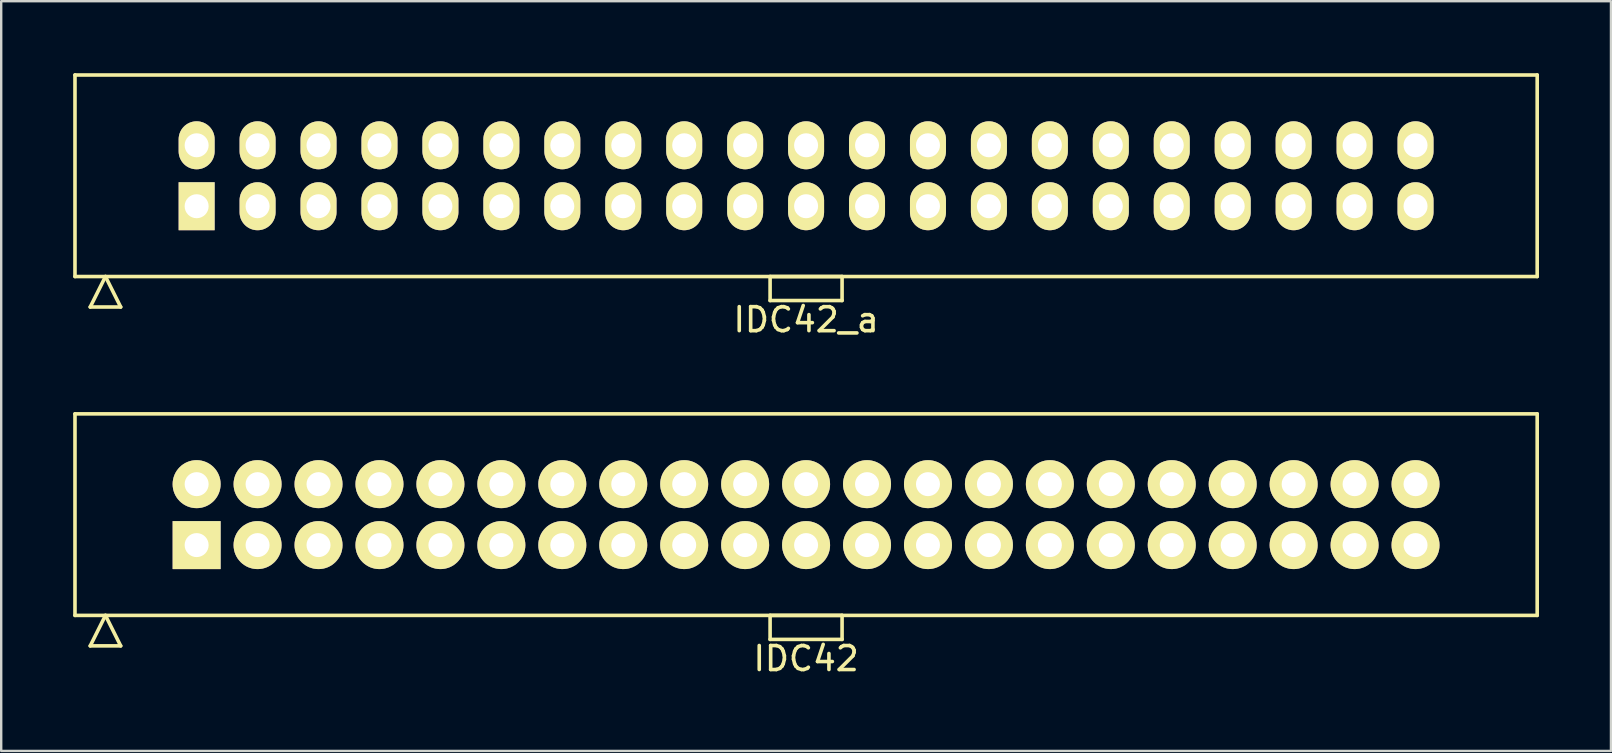
<source format=kicad_pcb>
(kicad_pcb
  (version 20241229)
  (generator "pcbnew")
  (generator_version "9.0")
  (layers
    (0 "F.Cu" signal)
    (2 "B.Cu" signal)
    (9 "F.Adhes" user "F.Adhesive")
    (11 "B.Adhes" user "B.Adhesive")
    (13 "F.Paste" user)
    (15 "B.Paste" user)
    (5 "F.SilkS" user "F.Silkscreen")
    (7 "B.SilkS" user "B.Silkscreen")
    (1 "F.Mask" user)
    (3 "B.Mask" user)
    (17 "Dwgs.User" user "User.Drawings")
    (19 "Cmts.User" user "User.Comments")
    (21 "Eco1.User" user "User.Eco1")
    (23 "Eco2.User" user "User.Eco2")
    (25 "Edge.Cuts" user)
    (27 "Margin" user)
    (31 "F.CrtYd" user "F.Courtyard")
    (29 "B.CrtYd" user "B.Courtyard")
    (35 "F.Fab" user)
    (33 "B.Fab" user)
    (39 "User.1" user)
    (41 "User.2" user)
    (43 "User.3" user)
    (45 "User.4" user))
  (footprint "IDC42_a"
    (layer "F.Cu")
    (at 30.545 4.275)
    (property "Reference" "IDC42_a" (at 0 6 0) (layer "F.SilkS") (effects (font (size 1 1) (thickness 0.15))))
    (attr through_hole)
    (fp_line (start -30.47 -4.2) (end -30.47 4.2) (stroke (width 0.15) (type solid)) (layer "F.SilkS"))
    (fp_line (start -30.47 4.2) (end 30.47 4.2) (stroke (width 0.15) (type solid)) (layer "F.SilkS"))
    (fp_line (start -29.835 5.47) (end -29.2 4.2) (stroke (width 0.15) (type solid)) (layer "F.SilkS"))
    (fp_line (start -29.835 5.47) (end -28.565 5.47) (stroke (width 0.15) (type solid)) (layer "F.SilkS"))
    (fp_line (start -28.565 5.47) (end -29.2 4.2) (stroke (width 0.15) (type solid)) (layer "F.SilkS"))
    (fp_line (start -1.5 4.2) (end -1.5 5.2) (stroke (width 0.15) (type solid)) (layer "F.SilkS"))
    (fp_line (start -1.5 5.2) (end 1.5 5.2) (stroke (width 0.15) (type solid)) (layer "F.SilkS"))
    (fp_line (start 1.5 4.2) (end -1.5 4.2) (stroke (width 0.15) (type solid)) (layer "F.SilkS"))
    (fp_line (start 1.5 5.2) (end 1.5 4.2) (stroke (width 0.15) (type solid)) (layer "F.SilkS"))
    (fp_line (start 30.47 -4.2) (end -30.47 -4.2) (stroke (width 0.15) (type solid)) (layer "F.SilkS"))
    (fp_line (start 30.47 4.2) (end 30.47 -4.2) (stroke (width 0.15) (type solid)) (layer "F.SilkS"))
    (pad "1" thru_hole rect (at -25.4 1.27) (size 1.5 2) (drill 1) (layers "*.Cu" "*.Mask" "F.SilkS"))
    (pad "2" thru_hole oval (at -25.4 -1.27) (size 1.5 2) (drill 1) (layers "*.Cu" "*.Mask" "F.SilkS"))
    (pad "3" thru_hole oval (at -22.86 1.27) (size 1.5 2) (drill 1) (layers "*.Cu" "*.Mask" "F.SilkS"))
    (pad "4" thru_hole oval (at -22.86 -1.27) (size 1.5 2) (drill 1) (layers "*.Cu" "*.Mask" "F.SilkS"))
    (pad "5" thru_hole oval (at -20.32 1.27) (size 1.5 2) (drill 1) (layers "*.Cu" "*.Mask" "F.SilkS"))
    (pad "6" thru_hole oval (at -20.32 -1.27) (size 1.5 2) (drill 1) (layers "*.Cu" "*.Mask" "F.SilkS"))
    (pad "7" thru_hole oval (at -17.78 1.27) (size 1.5 2) (drill 1) (layers "*.Cu" "*.Mask" "F.SilkS"))
    (pad "8" thru_hole oval (at -17.78 -1.27) (size 1.5 2) (drill 1) (layers "*.Cu" "*.Mask" "F.SilkS"))
    (pad "9" thru_hole oval (at -15.24 1.27) (size 1.5 2) (drill 1) (layers "*.Cu" "*.Mask" "F.SilkS"))
    (pad "10" thru_hole oval (at -15.24 -1.27) (size 1.5 2) (drill 1) (layers "*.Cu" "*.Mask" "F.SilkS"))
    (pad "11" thru_hole oval (at -12.7 1.27) (size 1.5 2) (drill 1) (layers "*.Cu" "*.Mask" "F.SilkS"))
    (pad "12" thru_hole oval (at -12.7 -1.27) (size 1.5 2) (drill 1) (layers "*.Cu" "*.Mask" "F.SilkS"))
    (pad "13" thru_hole oval (at -10.16 1.27) (size 1.5 2) (drill 1) (layers "*.Cu" "*.Mask" "F.SilkS"))
    (pad "14" thru_hole oval (at -10.16 -1.27) (size 1.5 2) (drill 1) (layers "*.Cu" "*.Mask" "F.SilkS"))
    (pad "15" thru_hole oval (at -7.62 1.27) (size 1.5 2) (drill 1) (layers "*.Cu" "*.Mask" "F.SilkS"))
    (pad "16" thru_hole oval (at -7.62 -1.27) (size 1.5 2) (drill 1) (layers "*.Cu" "*.Mask" "F.SilkS"))
    (pad "17" thru_hole oval (at -5.08 1.27) (size 1.5 2) (drill 1) (layers "*.Cu" "*.Mask" "F.SilkS"))
    (pad "18" thru_hole oval (at -5.08 -1.27) (size 1.5 2) (drill 1) (layers "*.Cu" "*.Mask" "F.SilkS"))
    (pad "19" thru_hole oval (at -2.54 1.27) (size 1.5 2) (drill 1) (layers "*.Cu" "*.Mask" "F.SilkS"))
    (pad "20" thru_hole oval (at -2.54 -1.27) (size 1.5 2) (drill 1) (layers "*.Cu" "*.Mask" "F.SilkS"))
    (pad "21" thru_hole oval (at 0 1.27) (size 1.5 2) (drill 1) (layers "*.Cu" "*.Mask" "F.SilkS"))
    (pad "22" thru_hole oval (at 0 -1.27) (size 1.5 2) (drill 1) (layers "*.Cu" "*.Mask" "F.SilkS"))
    (pad "23" thru_hole oval (at 2.54 1.27) (size 1.5 2) (drill 1) (layers "*.Cu" "*.Mask" "F.SilkS"))
    (pad "24" thru_hole oval (at 2.54 -1.27) (size 1.5 2) (drill 1) (layers "*.Cu" "*.Mask" "F.SilkS"))
    (pad "25" thru_hole oval (at 5.08 1.27) (size 1.5 2) (drill 1) (layers "*.Cu" "*.Mask" "F.SilkS"))
    (pad "26" thru_hole oval (at 5.08 -1.27) (size 1.5 2) (drill 1) (layers "*.Cu" "*.Mask" "F.SilkS"))
    (pad "27" thru_hole oval (at 7.62 1.27) (size 1.5 2) (drill 1) (layers "*.Cu" "*.Mask" "F.SilkS"))
    (pad "28" thru_hole oval (at 7.62 -1.27) (size 1.5 2) (drill 1) (layers "*.Cu" "*.Mask" "F.SilkS"))
    (pad "29" thru_hole oval (at 10.16 1.27) (size 1.5 2) (drill 1) (layers "*.Cu" "*.Mask" "F.SilkS"))
    (pad "30" thru_hole oval (at 10.16 -1.27) (size 1.5 2) (drill 1) (layers "*.Cu" "*.Mask" "F.SilkS"))
    (pad "31" thru_hole oval (at 12.7 1.27) (size 1.5 2) (drill 1) (layers "*.Cu" "*.Mask" "F.SilkS"))
    (pad "32" thru_hole oval (at 12.7 -1.27) (size 1.5 2) (drill 1) (layers "*.Cu" "*.Mask" "F.SilkS"))
    (pad "33" thru_hole oval (at 15.24 1.27) (size 1.5 2) (drill 1) (layers "*.Cu" "*.Mask" "F.SilkS"))
    (pad "34" thru_hole oval (at 15.24 -1.27) (size 1.5 2) (drill 1) (layers "*.Cu" "*.Mask" "F.SilkS"))
    (pad "35" thru_hole oval (at 17.78 1.27) (size 1.5 2) (drill 1) (layers "*.Cu" "*.Mask" "F.SilkS"))
    (pad "36" thru_hole oval (at 17.78 -1.27) (size 1.5 2) (drill 1) (layers "*.Cu" "*.Mask" "F.SilkS"))
    (pad "37" thru_hole oval (at 20.32 1.27) (size 1.5 2) (drill 1) (layers "*.Cu" "*.Mask" "F.SilkS"))
    (pad "38" thru_hole oval (at 20.32 -1.27) (size 1.5 2) (drill 1) (layers "*.Cu" "*.Mask" "F.SilkS"))
    (pad "39" thru_hole oval (at 22.86 1.27) (size 1.5 2) (drill 1) (layers "*.Cu" "*.Mask" "F.SilkS"))
    (pad "40" thru_hole oval (at 22.86 -1.27) (size 1.5 2) (drill 1) (layers "*.Cu" "*.Mask" "F.SilkS"))
    (pad "41" thru_hole oval (at 25.4 1.27) (size 1.5 2) (drill 1) (layers "*.Cu" "*.Mask" "F.SilkS"))
    (pad "42" thru_hole oval (at 25.4 -1.27) (size 1.5 2) (drill 1) (layers "*.Cu" "*.Mask" "F.SilkS")))
  (footprint "IDC42"
    (layer "F.Cu")
    (at 30.545 18.398)
    (property "Reference" "IDC42" (at 0 6 0) (layer "F.SilkS") (effects (font (size 1 1) (thickness 0.15))))
    (attr through_hole)
    (fp_line (start -30.47 -4.2) (end -30.47 4.2) (stroke (width 0.15) (type solid)) (layer "F.SilkS"))
    (fp_line (start -30.47 4.2) (end 30.47 4.2) (stroke (width 0.15) (type solid)) (layer "F.SilkS"))
    (fp_line (start -29.835 5.47) (end -29.2 4.2) (stroke (width 0.15) (type solid)) (layer "F.SilkS"))
    (fp_line (start -29.835 5.47) (end -28.565 5.47) (stroke (width 0.15) (type solid)) (layer "F.SilkS"))
    (fp_line (start -28.565 5.47) (end -29.2 4.2) (stroke (width 0.15) (type solid)) (layer "F.SilkS"))
    (fp_line (start -1.5 4.2) (end -1.5 5.2) (stroke (width 0.15) (type solid)) (layer "F.SilkS"))
    (fp_line (start -1.5 5.2) (end 1.5 5.2) (stroke (width 0.15) (type solid)) (layer "F.SilkS"))
    (fp_line (start 1.5 4.2) (end -1.5 4.2) (stroke (width 0.15) (type solid)) (layer "F.SilkS"))
    (fp_line (start 1.5 5.2) (end 1.5 4.2) (stroke (width 0.15) (type solid)) (layer "F.SilkS"))
    (fp_line (start 30.47 -4.2) (end -30.47 -4.2) (stroke (width 0.15) (type solid)) (layer "F.SilkS"))
    (fp_line (start 30.47 4.2) (end 30.47 -4.2) (stroke (width 0.15) (type solid)) (layer "F.SilkS"))
    (pad "1" thru_hole rect (at -25.4 1.27) (size 2 2) (drill 1) (layers "*.Cu" "*.Mask" "F.SilkS"))
    (pad "2" thru_hole oval (at -25.4 -1.27) (size 2 2) (drill 1) (layers "*.Cu" "*.Mask" "F.SilkS"))
    (pad "3" thru_hole oval (at -22.86 1.27) (size 2 2) (drill 1) (layers "*.Cu" "*.Mask" "F.SilkS"))
    (pad "4" thru_hole oval (at -22.86 -1.27) (size 2 2) (drill 1) (layers "*.Cu" "*.Mask" "F.SilkS"))
    (pad "5" thru_hole oval (at -20.32 1.27) (size 2 2) (drill 1) (layers "*.Cu" "*.Mask" "F.SilkS"))
    (pad "6" thru_hole oval (at -20.32 -1.27) (size 2 2) (drill 1) (layers "*.Cu" "*.Mask" "F.SilkS"))
    (pad "7" thru_hole oval (at -17.78 1.27) (size 2 2) (drill 1) (layers "*.Cu" "*.Mask" "F.SilkS"))
    (pad "8" thru_hole oval (at -17.78 -1.27) (size 2 2) (drill 1) (layers "*.Cu" "*.Mask" "F.SilkS"))
    (pad "9" thru_hole oval (at -15.24 1.27) (size 2 2) (drill 1) (layers "*.Cu" "*.Mask" "F.SilkS"))
    (pad "10" thru_hole oval (at -15.24 -1.27) (size 2 2) (drill 1) (layers "*.Cu" "*.Mask" "F.SilkS"))
    (pad "11" thru_hole oval (at -12.7 1.27) (size 2 2) (drill 1) (layers "*.Cu" "*.Mask" "F.SilkS"))
    (pad "12" thru_hole oval (at -12.7 -1.27) (size 2 2) (drill 1) (layers "*.Cu" "*.Mask" "F.SilkS"))
    (pad "13" thru_hole oval (at -10.16 1.27) (size 2 2) (drill 1) (layers "*.Cu" "*.Mask" "F.SilkS"))
    (pad "14" thru_hole oval (at -10.16 -1.27) (size 2 2) (drill 1) (layers "*.Cu" "*.Mask" "F.SilkS"))
    (pad "15" thru_hole oval (at -7.62 1.27) (size 2 2) (drill 1) (layers "*.Cu" "*.Mask" "F.SilkS"))
    (pad "16" thru_hole oval (at -7.62 -1.27) (size 2 2) (drill 1) (layers "*.Cu" "*.Mask" "F.SilkS"))
    (pad "17" thru_hole oval (at -5.08 1.27) (size 2 2) (drill 1) (layers "*.Cu" "*.Mask" "F.SilkS"))
    (pad "18" thru_hole oval (at -5.08 -1.27) (size 2 2) (drill 1) (layers "*.Cu" "*.Mask" "F.SilkS"))
    (pad "19" thru_hole oval (at -2.54 1.27) (size 2 2) (drill 1) (layers "*.Cu" "*.Mask" "F.SilkS"))
    (pad "20" thru_hole oval (at -2.54 -1.27) (size 2 2) (drill 1) (layers "*.Cu" "*.Mask" "F.SilkS"))
    (pad "21" thru_hole oval (at 0 1.27) (size 2 2) (drill 1) (layers "*.Cu" "*.Mask" "F.SilkS"))
    (pad "22" thru_hole oval (at 0 -1.27) (size 2 2) (drill 1) (layers "*.Cu" "*.Mask" "F.SilkS"))
    (pad "23" thru_hole oval (at 2.54 1.27) (size 2 2) (drill 1) (layers "*.Cu" "*.Mask" "F.SilkS"))
    (pad "24" thru_hole oval (at 2.54 -1.27) (size 2 2) (drill 1) (layers "*.Cu" "*.Mask" "F.SilkS"))
    (pad "25" thru_hole oval (at 5.08 1.27) (size 2 2) (drill 1) (layers "*.Cu" "*.Mask" "F.SilkS"))
    (pad "26" thru_hole oval (at 5.08 -1.27) (size 2 2) (drill 1) (layers "*.Cu" "*.Mask" "F.SilkS"))
    (pad "27" thru_hole oval (at 7.62 1.27) (size 2 2) (drill 1) (layers "*.Cu" "*.Mask" "F.SilkS"))
    (pad "28" thru_hole oval (at 7.62 -1.27) (size 2 2) (drill 1) (layers "*.Cu" "*.Mask" "F.SilkS"))
    (pad "29" thru_hole oval (at 10.16 1.27) (size 2 2) (drill 1) (layers "*.Cu" "*.Mask" "F.SilkS"))
    (pad "30" thru_hole oval (at 10.16 -1.27) (size 2 2) (drill 1) (layers "*.Cu" "*.Mask" "F.SilkS"))
    (pad "31" thru_hole oval (at 12.7 1.27) (size 2 2) (drill 1) (layers "*.Cu" "*.Mask" "F.SilkS"))
    (pad "32" thru_hole oval (at 12.7 -1.27) (size 2 2) (drill 1) (layers "*.Cu" "*.Mask" "F.SilkS"))
    (pad "33" thru_hole oval (at 15.24 1.27) (size 2 2) (drill 1) (layers "*.Cu" "*.Mask" "F.SilkS"))
    (pad "34" thru_hole oval (at 15.24 -1.27) (size 2 2) (drill 1) (layers "*.Cu" "*.Mask" "F.SilkS"))
    (pad "35" thru_hole oval (at 17.78 1.27) (size 2 2) (drill 1) (layers "*.Cu" "*.Mask" "F.SilkS"))
    (pad "36" thru_hole oval (at 17.78 -1.27) (size 2 2) (drill 1) (layers "*.Cu" "*.Mask" "F.SilkS"))
    (pad "37" thru_hole oval (at 20.32 1.27) (size 2 2) (drill 1) (layers "*.Cu" "*.Mask" "F.SilkS"))
    (pad "38" thru_hole oval (at 20.32 -1.27) (size 2 2) (drill 1) (layers "*.Cu" "*.Mask" "F.SilkS"))
    (pad "39" thru_hole oval (at 22.86 1.27) (size 2 2) (drill 1) (layers "*.Cu" "*.Mask" "F.SilkS"))
    (pad "40" thru_hole oval (at 22.86 -1.27) (size 2 2) (drill 1) (layers "*.Cu" "*.Mask" "F.SilkS"))
    (pad "41" thru_hole oval (at 25.4 1.27) (size 2 2) (drill 1) (layers "*.Cu" "*.Mask" "F.SilkS"))
    (pad "42" thru_hole oval (at 25.4 -1.27) (size 2 2) (drill 1) (layers "*.Cu" "*.Mask" "F.SilkS")))
  (gr_rect
    (start -3 -3)
    (end 64.09 28.247)
    (stroke (width 0.1) (type default))
    (fill no)
    (layer "Edge.Cuts")))
</source>
